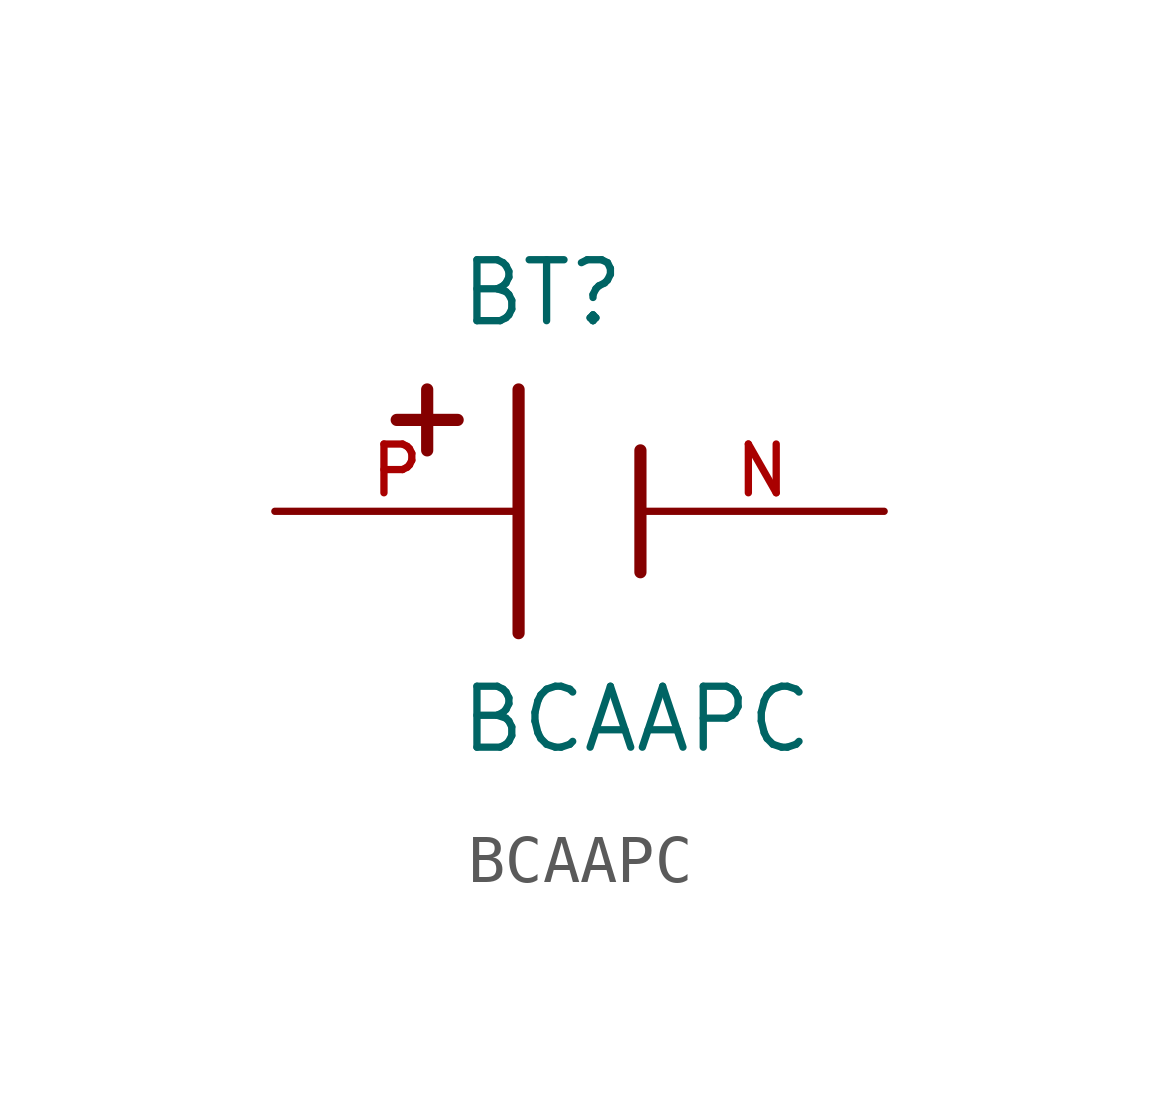
<source format=kicad_sym>
(kicad_symbol_lib
  (version 20211014)
  (generator kicad_symbol_editor)
  (symbol "BCAAPC"
    (pin_names
      (offset 1.016))
    (property "Reference" "BT"
      (at -3.81 3.81 0)
      (effects (font (size 1.27 1.27)) (justify bottom left)))
    (property "Value" "BCAAPC"
      (at -3.81 -5.08 0)
      (effects (font (size 1.27 1.27)) (justify bottom left)))
    (symbol "BCAAPC_0_0"
      (polyline (pts (xy -2.54 2.54) (xy -2.54 -2.54)) (stroke (width 0.254)))
      (polyline (pts (xy 0.0 1.27) (xy 0.0 -1.27)) (stroke (width 0.254)))
      (polyline (pts (xy -4.445 2.54) (xy -4.445 1.27)) (stroke (width 0.254)))
      (polyline (pts (xy -5.08 1.905) (xy -3.81 1.905)) (stroke (width 0.254)))
      (pin passive line (at -7.62 0.0 0) (length 5.08) (name "~" (effects (font (size 1.016 1.016)))) (number "P" (effects (font (size 1.016 1.016)))))
      (pin passive line (at 5.08 0.0 180.0) (length 5.08) (name "~" (effects (font (size 1.016 1.016)))) (number "N" (effects (font (size 1.016 1.016))))))))
</source>
